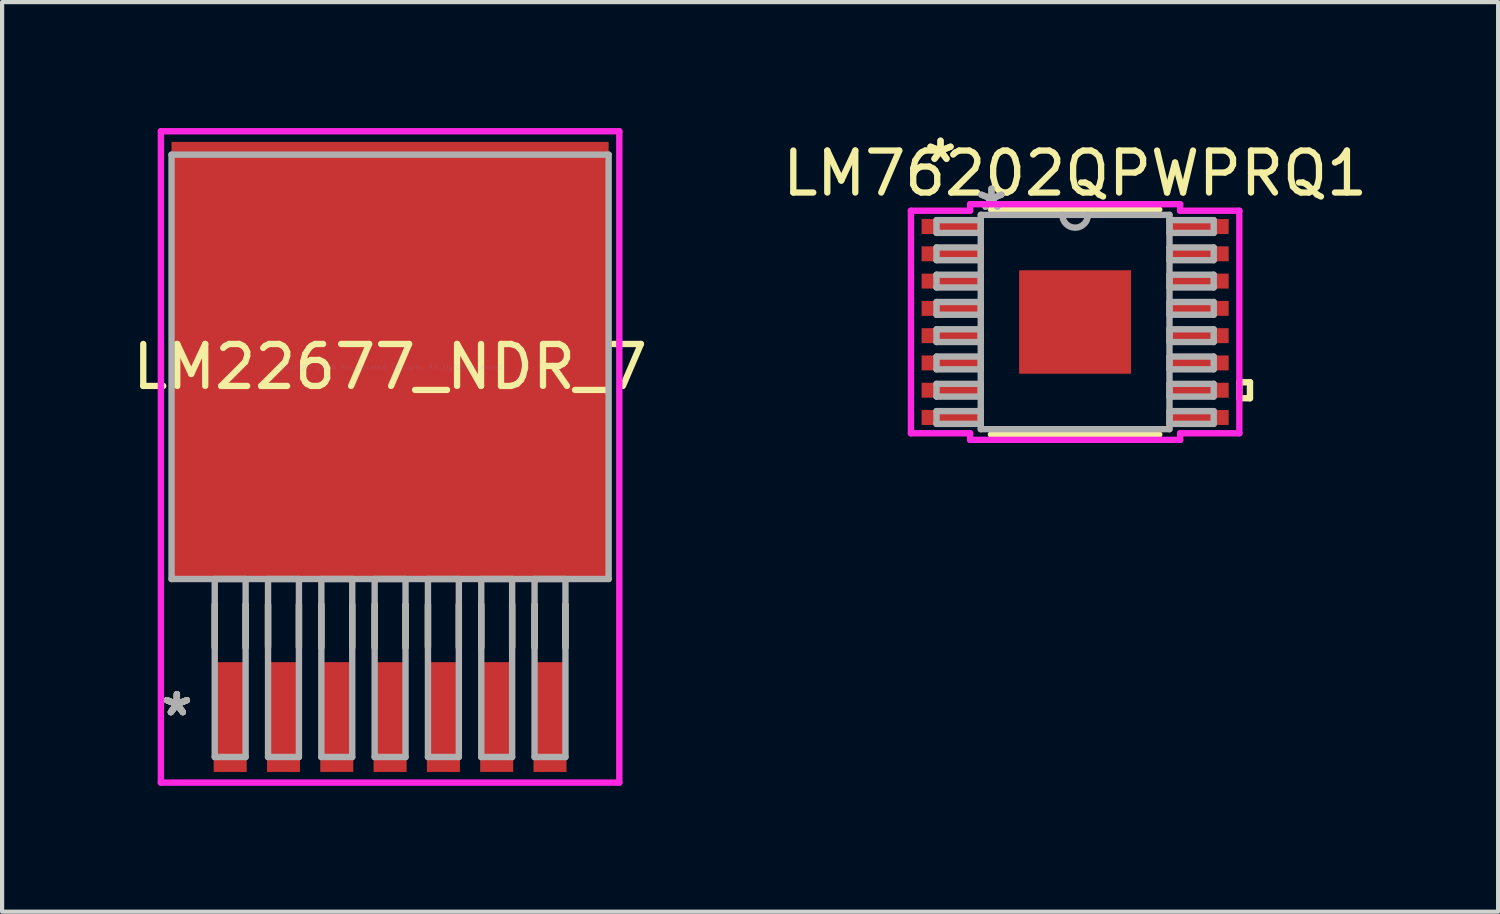
<source format=kicad_pcb>
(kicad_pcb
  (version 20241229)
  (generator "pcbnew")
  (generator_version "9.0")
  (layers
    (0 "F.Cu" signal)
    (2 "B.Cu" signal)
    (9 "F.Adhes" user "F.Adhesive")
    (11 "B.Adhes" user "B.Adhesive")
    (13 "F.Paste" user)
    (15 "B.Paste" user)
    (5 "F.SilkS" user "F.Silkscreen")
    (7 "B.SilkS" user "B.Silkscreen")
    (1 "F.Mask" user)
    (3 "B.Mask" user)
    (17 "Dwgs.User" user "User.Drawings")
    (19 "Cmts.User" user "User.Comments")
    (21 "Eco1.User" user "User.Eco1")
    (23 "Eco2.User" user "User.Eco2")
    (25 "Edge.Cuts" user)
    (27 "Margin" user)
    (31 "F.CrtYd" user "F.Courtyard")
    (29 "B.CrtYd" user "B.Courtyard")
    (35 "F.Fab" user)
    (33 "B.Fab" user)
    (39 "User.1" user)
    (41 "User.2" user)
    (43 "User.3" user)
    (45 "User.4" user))
  (footprint "LM76202QPWPRQ1"
    (layer "F.Cu")
    (at 22.565 4.622)
    (property "Reference" "LM76202QPWPRQ1" (at 0 -3.54 180) (layer "F.SilkS") (effects (font (size 1 1) (thickness 0.15))))
    (attr through_hole)
    (fp_line (start -2.005 2.68) (end 2.005 2.68) (stroke (width 0.152) (type solid)) (layer "F.SilkS"))
    (fp_line (start 2.005 -2.68) (end -2.005 -2.68) (stroke (width 0.152) (type solid)) (layer "F.SilkS"))
    (fp_line (start 3.912 1.435) (end 4.166 1.435) (stroke (width 0.152) (type solid)) (layer "F.SilkS"))
    (fp_line (start 3.912 1.816) (end 3.912 1.435) (stroke (width 0.152) (type solid)) (layer "F.SilkS"))
    (fp_line (start 4.166 1.435) (end 4.166 1.816) (stroke (width 0.152) (type solid)) (layer "F.SilkS"))
    (fp_line (start 4.166 1.816) (end 3.912 1.816) (stroke (width 0.152) (type solid)) (layer "F.SilkS"))
    (fp_line (start -3.912 -2.651) (end -2.502 -2.651) (stroke (width 0.152) (type solid)) (layer "F.CrtYd"))
    (fp_line (start -3.912 2.651) (end -3.912 -2.651) (stroke (width 0.152) (type solid)) (layer "F.CrtYd"))
    (fp_line (start -2.502 -2.807) (end 2.502 -2.807) (stroke (width 0.152) (type solid)) (layer "F.CrtYd"))
    (fp_line (start -2.502 -2.651) (end -2.502 -2.807) (stroke (width 0.152) (type solid)) (layer "F.CrtYd"))
    (fp_line (start -2.502 2.651) (end -3.912 2.651) (stroke (width 0.152) (type solid)) (layer "F.CrtYd"))
    (fp_line (start -2.502 2.807) (end -2.502 2.651) (stroke (width 0.152) (type solid)) (layer "F.CrtYd"))
    (fp_line (start 2.502 -2.807) (end 2.502 -2.651) (stroke (width 0.152) (type solid)) (layer "F.CrtYd"))
    (fp_line (start 2.502 -2.651) (end 3.912 -2.651) (stroke (width 0.152) (type solid)) (layer "F.CrtYd"))
    (fp_line (start 2.502 2.651) (end 2.502 2.807) (stroke (width 0.152) (type solid)) (layer "F.CrtYd"))
    (fp_line (start 2.502 2.807) (end -2.502 2.807) (stroke (width 0.152) (type solid)) (layer "F.CrtYd"))
    (fp_line (start 3.912 -2.651) (end 3.912 2.651) (stroke (width 0.152) (type solid)) (layer "F.CrtYd"))
    (fp_line (start 3.912 2.651) (end 2.502 2.651) (stroke (width 0.152) (type solid)) (layer "F.CrtYd"))
    (fp_line (start -3.302 -2.427) (end -3.302 -2.123) (stroke (width 0.152) (type solid)) (layer "F.Fab"))
    (fp_line (start -3.302 -2.123) (end -2.248 -2.123) (stroke (width 0.152) (type solid)) (layer "F.Fab"))
    (fp_line (start -3.302 -1.777) (end -3.302 -1.473) (stroke (width 0.152) (type solid)) (layer "F.Fab"))
    (fp_line (start -3.302 -1.473) (end -2.248 -1.473) (stroke (width 0.152) (type solid)) (layer "F.Fab"))
    (fp_line (start -3.302 -1.127) (end -3.302 -0.823) (stroke (width 0.152) (type solid)) (layer "F.Fab"))
    (fp_line (start -3.302 -0.823) (end -2.248 -0.823) (stroke (width 0.152) (type solid)) (layer "F.Fab"))
    (fp_line (start -3.302 -0.477) (end -3.302 -0.173) (stroke (width 0.152) (type solid)) (layer "F.Fab"))
    (fp_line (start -3.302 -0.173) (end -2.248 -0.173) (stroke (width 0.152) (type solid)) (layer "F.Fab"))
    (fp_line (start -3.302 0.173) (end -3.302 0.477) (stroke (width 0.152) (type solid)) (layer "F.Fab"))
    (fp_line (start -3.302 0.477) (end -2.248 0.477) (stroke (width 0.152) (type solid)) (layer "F.Fab"))
    (fp_line (start -3.302 0.823) (end -3.302 1.127) (stroke (width 0.152) (type solid)) (layer "F.Fab"))
    (fp_line (start -3.302 1.127) (end -2.248 1.127) (stroke (width 0.152) (type solid)) (layer "F.Fab"))
    (fp_line (start -3.302 1.473) (end -3.302 1.777) (stroke (width 0.152) (type solid)) (layer "F.Fab"))
    (fp_line (start -3.302 1.777) (end -2.248 1.777) (stroke (width 0.152) (type solid)) (layer "F.Fab"))
    (fp_line (start -3.302 2.123) (end -3.302 2.427) (stroke (width 0.152) (type solid)) (layer "F.Fab"))
    (fp_line (start -3.302 2.427) (end -2.248 2.427) (stroke (width 0.152) (type solid)) (layer "F.Fab"))
    (fp_line (start -2.248 -2.553) (end -2.248 2.553) (stroke (width 0.152) (type solid)) (layer "F.Fab"))
    (fp_line (start -2.248 -2.427) (end -3.302 -2.427) (stroke (width 0.152) (type solid)) (layer "F.Fab"))
    (fp_line (start -2.248 -2.123) (end -2.248 -2.427) (stroke (width 0.152) (type solid)) (layer "F.Fab"))
    (fp_line (start -2.248 -1.777) (end -3.302 -1.777) (stroke (width 0.152) (type solid)) (layer "F.Fab"))
    (fp_line (start -2.248 -1.473) (end -2.248 -1.777) (stroke (width 0.152) (type solid)) (layer "F.Fab"))
    (fp_line (start -2.248 -1.127) (end -3.302 -1.127) (stroke (width 0.152) (type solid)) (layer "F.Fab"))
    (fp_line (start -2.248 -0.823) (end -2.248 -1.127) (stroke (width 0.152) (type solid)) (layer "F.Fab"))
    (fp_line (start -2.248 -0.477) (end -3.302 -0.477) (stroke (width 0.152) (type solid)) (layer "F.Fab"))
    (fp_line (start -2.248 -0.173) (end -2.248 -0.477) (stroke (width 0.152) (type solid)) (layer "F.Fab"))
    (fp_line (start -2.248 0.173) (end -3.302 0.173) (stroke (width 0.152) (type solid)) (layer "F.Fab"))
    (fp_line (start -2.248 0.477) (end -2.248 0.173) (stroke (width 0.152) (type solid)) (layer "F.Fab"))
    (fp_line (start -2.248 0.823) (end -3.302 0.823) (stroke (width 0.152) (type solid)) (layer "F.Fab"))
    (fp_line (start -2.248 1.127) (end -2.248 0.823) (stroke (width 0.152) (type solid)) (layer "F.Fab"))
    (fp_line (start -2.248 1.473) (end -3.302 1.473) (stroke (width 0.152) (type solid)) (layer "F.Fab"))
    (fp_line (start -2.248 1.777) (end -2.248 1.473) (stroke (width 0.152) (type solid)) (layer "F.Fab"))
    (fp_line (start -2.248 2.123) (end -3.302 2.123) (stroke (width 0.152) (type solid)) (layer "F.Fab"))
    (fp_line (start -2.248 2.427) (end -2.248 2.123) (stroke (width 0.152) (type solid)) (layer "F.Fab"))
    (fp_line (start -2.248 2.553) (end 2.248 2.553) (stroke (width 0.152) (type solid)) (layer "F.Fab"))
    (fp_line (start 2.248 -2.553) (end -2.248 -2.553) (stroke (width 0.152) (type solid)) (layer "F.Fab"))
    (fp_line (start 2.248 -2.427) (end 2.248 -2.123) (stroke (width 0.152) (type solid)) (layer "F.Fab"))
    (fp_line (start 2.248 -2.123) (end 3.302 -2.123) (stroke (width 0.152) (type solid)) (layer "F.Fab"))
    (fp_line (start 2.248 -1.777) (end 2.248 -1.473) (stroke (width 0.152) (type solid)) (layer "F.Fab"))
    (fp_line (start 2.248 -1.473) (end 3.302 -1.473) (stroke (width 0.152) (type solid)) (layer "F.Fab"))
    (fp_line (start 2.248 -1.127) (end 2.248 -0.823) (stroke (width 0.152) (type solid)) (layer "F.Fab"))
    (fp_line (start 2.248 -0.823) (end 3.302 -0.823) (stroke (width 0.152) (type solid)) (layer "F.Fab"))
    (fp_line (start 2.248 -0.477) (end 2.248 -0.173) (stroke (width 0.152) (type solid)) (layer "F.Fab"))
    (fp_line (start 2.248 -0.173) (end 3.302 -0.173) (stroke (width 0.152) (type solid)) (layer "F.Fab"))
    (fp_line (start 2.248 0.173) (end 2.248 0.477) (stroke (width 0.152) (type solid)) (layer "F.Fab"))
    (fp_line (start 2.248 0.477) (end 3.302 0.477) (stroke (width 0.152) (type solid)) (layer "F.Fab"))
    (fp_line (start 2.248 0.823) (end 2.248 1.127) (stroke (width 0.152) (type solid)) (layer "F.Fab"))
    (fp_line (start 2.248 1.127) (end 3.302 1.127) (stroke (width 0.152) (type solid)) (layer "F.Fab"))
    (fp_line (start 2.248 1.473) (end 2.248 1.777) (stroke (width 0.152) (type solid)) (layer "F.Fab"))
    (fp_line (start 2.248 1.777) (end 3.302 1.777) (stroke (width 0.152) (type solid)) (layer "F.Fab"))
    (fp_line (start 2.248 2.123) (end 2.248 2.427) (stroke (width 0.152) (type solid)) (layer "F.Fab"))
    (fp_line (start 2.248 2.427) (end 3.302 2.427) (stroke (width 0.152) (type solid)) (layer "F.Fab"))
    (fp_line (start 2.248 2.553) (end 2.248 -2.553) (stroke (width 0.152) (type solid)) (layer "F.Fab"))
    (fp_line (start 3.302 -2.427) (end 2.248 -2.427) (stroke (width 0.152) (type solid)) (layer "F.Fab"))
    (fp_line (start 3.302 -2.123) (end 3.302 -2.427) (stroke (width 0.152) (type solid)) (layer "F.Fab"))
    (fp_line (start 3.302 -1.777) (end 2.248 -1.777) (stroke (width 0.152) (type solid)) (layer "F.Fab"))
    (fp_line (start 3.302 -1.473) (end 3.302 -1.777) (stroke (width 0.152) (type solid)) (layer "F.Fab"))
    (fp_line (start 3.302 -1.127) (end 2.248 -1.127) (stroke (width 0.152) (type solid)) (layer "F.Fab"))
    (fp_line (start 3.302 -0.823) (end 3.302 -1.127) (stroke (width 0.152) (type solid)) (layer "F.Fab"))
    (fp_line (start 3.302 -0.477) (end 2.248 -0.477) (stroke (width 0.152) (type solid)) (layer "F.Fab"))
    (fp_line (start 3.302 -0.173) (end 3.302 -0.477) (stroke (width 0.152) (type solid)) (layer "F.Fab"))
    (fp_line (start 3.302 0.173) (end 2.248 0.173) (stroke (width 0.152) (type solid)) (layer "F.Fab"))
    (fp_line (start 3.302 0.477) (end 3.302 0.173) (stroke (width 0.152) (type solid)) (layer "F.Fab"))
    (fp_line (start 3.302 0.823) (end 2.248 0.823) (stroke (width 0.152) (type solid)) (layer "F.Fab"))
    (fp_line (start 3.302 1.127) (end 3.302 0.823) (stroke (width 0.152) (type solid)) (layer "F.Fab"))
    (fp_line (start 3.302 1.473) (end 2.248 1.473) (stroke (width 0.152) (type solid)) (layer "F.Fab"))
    (fp_line (start 3.302 1.777) (end 3.302 1.473) (stroke (width 0.152) (type solid)) (layer "F.Fab"))
    (fp_line (start 3.302 2.123) (end 2.248 2.123) (stroke (width 0.152) (type solid)) (layer "F.Fab"))
    (fp_line (start 3.302 2.427) (end 3.302 2.123) (stroke (width 0.152) (type solid)) (layer "F.Fab"))
    (fp_arc (start 0.3048 -2.5527) (mid 0 -2.2479) (end -0.3048 -2.5527) (stroke (width 0.1524) (type solid)) (layer "F.Fab"))
    (fp_text user "*" (at -3.207 -3.774 180) (layer "F.SilkS") (effects (font (size 1 1) (thickness 0.15))))
    (fp_text user "*" (at -3.207 -3.774 180) (layer "F.SilkS") (effects (font (size 1 1) (thickness 0.15))))
    (fp_text user "*" (at -1.994 -2.631 180) (layer "F.Fab") (effects (font (size 1 1) (thickness 0.15))))
    (fp_text user "*" (at -1.994 -2.631 180) (layer "F.Fab") (effects (font (size 1 1) (thickness 0.15))))
    (pad "1" smd rect (at -2.953 -2.275) (size 1.41 0.356) (layers "F.Cu" "F.Mask" "F.Paste"))
    (pad "2" smd rect (at -2.953 -1.625) (size 1.41 0.356) (layers "F.Cu" "F.Mask" "F.Paste"))
    (pad "3" smd rect (at -2.953 -0.975) (size 1.41 0.356) (layers "F.Cu" "F.Mask" "F.Paste"))
    (pad "4" smd rect (at -2.953 -0.325) (size 1.41 0.356) (layers "F.Cu" "F.Mask" "F.Paste"))
    (pad "5" smd rect (at -2.953 0.325) (size 1.41 0.356) (layers "F.Cu" "F.Mask" "F.Paste"))
    (pad "6" smd rect (at -2.953 0.975) (size 1.41 0.356) (layers "F.Cu" "F.Mask" "F.Paste"))
    (pad "7" smd rect (at -2.953 1.625) (size 1.41 0.356) (layers "F.Cu" "F.Mask" "F.Paste"))
    (pad "8" smd rect (at -2.953 2.275) (size 1.41 0.356) (layers "F.Cu" "F.Mask" "F.Paste"))
    (pad "9" smd rect (at 2.953 2.275) (size 1.41 0.356) (layers "F.Cu" "F.Mask" "F.Paste"))
    (pad "10" smd rect (at 2.953 1.625) (size 1.41 0.356) (layers "F.Cu" "F.Mask" "F.Paste"))
    (pad "11" smd rect (at 2.953 0.975) (size 1.41 0.356) (layers "F.Cu" "F.Mask" "F.Paste"))
    (pad "12" smd rect (at 2.953 0.325) (size 1.41 0.356) (layers "F.Cu" "F.Mask" "F.Paste"))
    (pad "13" smd rect (at 2.953 -0.325) (size 1.41 0.356) (layers "F.Cu" "F.Mask" "F.Paste"))
    (pad "14" smd rect (at 2.953 -0.975) (size 1.41 0.356) (layers "F.Cu" "F.Mask" "F.Paste"))
    (pad "15" smd rect (at 2.953 -1.625) (size 1.41 0.356) (layers "F.Cu" "F.Mask" "F.Paste"))
    (pad "16" smd rect (at 2.953 -2.275) (size 1.41 0.356) (layers "F.Cu" "F.Mask" "F.Paste"))
    (pad "17" smd rect (at 0 0) (size 2.667 2.464) (layers "F.Cu" "F.Mask" "F.Paste")))
  (footprint "LM22677_NDR_7"
    (layer "F.Cu")
    (at 6.244 5.69)
    (property "Reference" "LM22677_NDR_7" (at 0 0 0) (layer "F.SilkS") (effects (font (size 1 1) (thickness 0.15))))
    (attr through_hole)
    (fp_line (start -4.178 5.664) (end -4.178 6.68) (stroke (width 0.152) (type solid)) (layer "F.SilkS"))
    (fp_line (start -3.442 5.664) (end -3.442 6.68) (stroke (width 0.152) (type solid)) (layer "F.SilkS"))
    (fp_line (start -2.908 5.664) (end -2.908 6.68) (stroke (width 0.152) (type solid)) (layer "F.SilkS"))
    (fp_line (start -2.172 5.664) (end -2.172 6.68) (stroke (width 0.152) (type solid)) (layer "F.SilkS"))
    (fp_line (start -1.638 5.664) (end -1.638 6.68) (stroke (width 0.152) (type solid)) (layer "F.SilkS"))
    (fp_line (start -0.902 5.664) (end -0.902 6.68) (stroke (width 0.152) (type solid)) (layer "F.SilkS"))
    (fp_line (start -0.368 5.664) (end -0.368 6.68) (stroke (width 0.152) (type solid)) (layer "F.SilkS"))
    (fp_line (start 0.368 5.664) (end 0.368 6.68) (stroke (width 0.152) (type solid)) (layer "F.SilkS"))
    (fp_line (start 0.902 5.664) (end 0.902 6.68) (stroke (width 0.152) (type solid)) (layer "F.SilkS"))
    (fp_line (start 1.638 5.664) (end 1.638 6.68) (stroke (width 0.152) (type solid)) (layer "F.SilkS"))
    (fp_line (start 2.172 5.664) (end 2.172 6.68) (stroke (width 0.152) (type solid)) (layer "F.SilkS"))
    (fp_line (start 2.908 5.664) (end 2.908 6.68) (stroke (width 0.152) (type solid)) (layer "F.SilkS"))
    (fp_line (start 3.442 5.664) (end 3.442 6.68) (stroke (width 0.152) (type solid)) (layer "F.SilkS"))
    (fp_line (start 4.178 5.664) (end 4.178 6.68) (stroke (width 0.152) (type solid)) (layer "F.SilkS"))
    (fp_line (start -5.461 -5.613) (end 5.461 -5.613) (stroke (width 0.152) (type solid)) (layer "F.CrtYd"))
    (fp_line (start -5.461 9.906) (end -5.461 -5.613) (stroke (width 0.152) (type solid)) (layer "F.CrtYd"))
    (fp_line (start 5.461 -5.613) (end 5.461 9.906) (stroke (width 0.152) (type solid)) (layer "F.CrtYd"))
    (fp_line (start 5.461 9.906) (end -5.461 9.906) (stroke (width 0.152) (type solid)) (layer "F.CrtYd"))
    (fp_line (start -5.207 -5.055) (end -5.207 5.055) (stroke (width 0.152) (type solid)) (layer "F.Fab"))
    (fp_line (start -5.207 5.055) (end 5.207 5.055) (stroke (width 0.152) (type solid)) (layer "F.Fab"))
    (fp_line (start -4.178 5.055) (end -4.178 9.296) (stroke (width 0.152) (type solid)) (layer "F.Fab"))
    (fp_line (start -4.178 9.296) (end -3.442 9.296) (stroke (width 0.152) (type solid)) (layer "F.Fab"))
    (fp_line (start -3.442 5.055) (end -4.178 5.055) (stroke (width 0.152) (type solid)) (layer "F.Fab"))
    (fp_line (start -3.442 9.296) (end -3.442 5.055) (stroke (width 0.152) (type solid)) (layer "F.Fab"))
    (fp_line (start -2.908 5.055) (end -2.908 9.296) (stroke (width 0.152) (type solid)) (layer "F.Fab"))
    (fp_line (start -2.908 9.296) (end -2.172 9.296) (stroke (width 0.152) (type solid)) (layer "F.Fab"))
    (fp_line (start -2.172 5.055) (end -2.908 5.055) (stroke (width 0.152) (type solid)) (layer "F.Fab"))
    (fp_line (start -2.172 9.296) (end -2.172 5.055) (stroke (width 0.152) (type solid)) (layer "F.Fab"))
    (fp_line (start -1.638 5.055) (end -1.638 9.296) (stroke (width 0.152) (type solid)) (layer "F.Fab"))
    (fp_line (start -1.638 9.296) (end -0.902 9.296) (stroke (width 0.152) (type solid)) (layer "F.Fab"))
    (fp_line (start -0.902 5.055) (end -1.638 5.055) (stroke (width 0.152) (type solid)) (layer "F.Fab"))
    (fp_line (start -0.902 9.296) (end -0.902 5.055) (stroke (width 0.152) (type solid)) (layer "F.Fab"))
    (fp_line (start -0.368 5.055) (end -0.368 9.296) (stroke (width 0.152) (type solid)) (layer "F.Fab"))
    (fp_line (start -0.368 9.296) (end 0.368 9.296) (stroke (width 0.152) (type solid)) (layer "F.Fab"))
    (fp_line (start 0.368 5.055) (end -0.368 5.055) (stroke (width 0.152) (type solid)) (layer "F.Fab"))
    (fp_line (start 0.368 9.296) (end 0.368 5.055) (stroke (width 0.152) (type solid)) (layer "F.Fab"))
    (fp_line (start 0.902 5.055) (end 0.902 9.296) (stroke (width 0.152) (type solid)) (layer "F.Fab"))
    (fp_line (start 0.902 9.296) (end 1.638 9.296) (stroke (width 0.152) (type solid)) (layer "F.Fab"))
    (fp_line (start 1.638 5.055) (end 0.902 5.055) (stroke (width 0.152) (type solid)) (layer "F.Fab"))
    (fp_line (start 1.638 9.296) (end 1.638 5.055) (stroke (width 0.152) (type solid)) (layer "F.Fab"))
    (fp_line (start 2.172 5.055) (end 2.172 9.296) (stroke (width 0.152) (type solid)) (layer "F.Fab"))
    (fp_line (start 2.172 9.296) (end 2.908 9.296) (stroke (width 0.152) (type solid)) (layer "F.Fab"))
    (fp_line (start 2.908 5.055) (end 2.172 5.055) (stroke (width 0.152) (type solid)) (layer "F.Fab"))
    (fp_line (start 2.908 9.296) (end 2.908 5.055) (stroke (width 0.152) (type solid)) (layer "F.Fab"))
    (fp_line (start 3.442 5.055) (end 3.442 9.296) (stroke (width 0.152) (type solid)) (layer "F.Fab"))
    (fp_line (start 3.442 9.296) (end 4.178 9.296) (stroke (width 0.152) (type solid)) (layer "F.Fab"))
    (fp_line (start 4.178 5.055) (end 3.442 5.055) (stroke (width 0.152) (type solid)) (layer "F.Fab"))
    (fp_line (start 4.178 9.296) (end 4.178 5.055) (stroke (width 0.152) (type solid)) (layer "F.Fab"))
    (fp_line (start 5.207 -5.055) (end -5.207 -5.055) (stroke (width 0.152) (type solid)) (layer "F.Fab"))
    (fp_line (start 5.207 5.055) (end 5.207 -5.055) (stroke (width 0.152) (type solid)) (layer "F.Fab"))
    (fp_text user "*" (at -5.08 8.344 0) (layer "F.SilkS") (effects (font (size 1 1) (thickness 0.15))))
    (fp_text user "*" (at -5.08 8.344 0) (layer "F.SilkS") (effects (font (size 1 1) (thickness 0.15))))
    (fp_text user "Copyright 2016 Accelerated Designs. All rights reserved." (at 0 0 0) (layer "Cmts.User") (effects (font (size 0.127 0.127) (thickness 0.002))))
    (fp_text user "*" (at -5.08 8.344 0) (layer "F.Fab") (effects (font (size 1 1) (thickness 0.15))))
    (fp_text user "*" (at -5.08 8.344 0) (layer "F.Fab") (effects (font (size 1 1) (thickness 0.15))))
    (pad "1" smd rect (at -3.81 8.344) (size 0.787 2.616) (layers "F.Cu" "F.Mask" "F.Paste"))
    (pad "2" smd rect (at -2.54 8.344) (size 0.787 2.616) (layers "F.Cu" "F.Mask" "F.Paste"))
    (pad "3" smd rect (at -1.27 8.344) (size 0.787 2.616) (layers "F.Cu" "F.Mask" "F.Paste"))
    (pad "4" smd rect (at 0 8.344) (size 0.787 2.616) (layers "F.Cu" "F.Mask" "F.Paste"))
    (pad "5" smd rect (at 1.27 8.344) (size 0.787 2.616) (layers "F.Cu" "F.Mask" "F.Paste"))
    (pad "6" smd rect (at 2.54 8.344) (size 0.787 2.616) (layers "F.Cu" "F.Mask" "F.Paste"))
    (pad "7" smd rect (at 3.81 8.344) (size 0.787 2.616) (layers "F.Cu" "F.Mask" "F.Paste"))
    (pad "8" smd rect (at 0 -0.152) (size 10.414 10.414) (layers "F.Cu" "F.Mask" "F.Paste")))
  (gr_rect
    (start -3 -3)
    (end 32.643 18.672)
    (stroke (width 0.1) (type default))
    (fill no)
    (layer "Edge.Cuts")))
</source>
